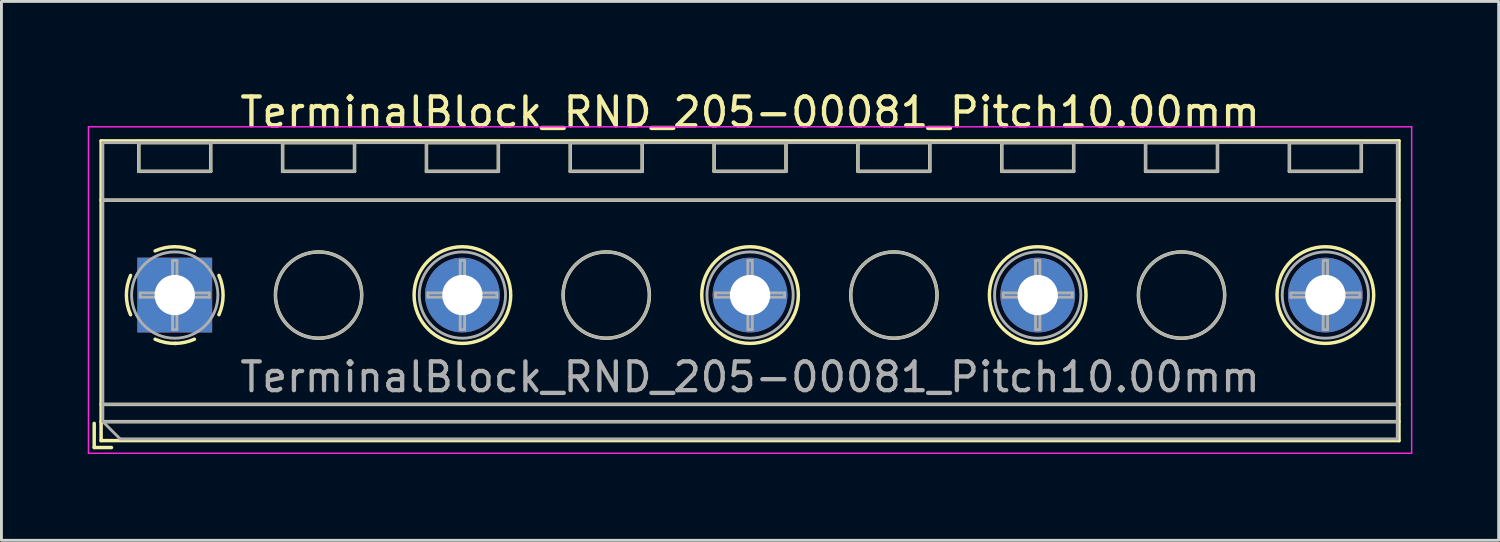
<source format=kicad_pcb>
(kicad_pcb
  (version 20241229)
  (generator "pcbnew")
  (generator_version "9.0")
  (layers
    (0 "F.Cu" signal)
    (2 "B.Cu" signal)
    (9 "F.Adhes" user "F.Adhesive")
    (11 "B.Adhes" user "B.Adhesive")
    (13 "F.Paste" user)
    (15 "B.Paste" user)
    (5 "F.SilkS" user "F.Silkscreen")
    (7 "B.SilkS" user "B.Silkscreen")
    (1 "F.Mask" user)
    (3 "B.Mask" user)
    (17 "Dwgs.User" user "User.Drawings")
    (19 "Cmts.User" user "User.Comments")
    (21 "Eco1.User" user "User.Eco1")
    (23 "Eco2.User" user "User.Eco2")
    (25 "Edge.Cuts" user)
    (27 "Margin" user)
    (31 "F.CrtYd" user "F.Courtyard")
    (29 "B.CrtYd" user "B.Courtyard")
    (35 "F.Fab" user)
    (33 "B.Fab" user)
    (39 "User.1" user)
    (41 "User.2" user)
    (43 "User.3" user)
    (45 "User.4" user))
  (footprint "TerminalBlock_RND_205-00081_Pitch10.00mm"
    (layer "F.Cu")
    (at 3.025 7.208)
    (property "Reference" "TerminalBlock_RND_205-00081_Pitch10.00mm" (at 20 -6.36 0) (layer "F.SilkS") (effects (font (size 1 1) (thickness 0.15))))
    (attr through_hole)
    (fp_line (start -2.8 4.46) (end -2.8 5.3) (stroke (width 0.12) (type solid)) (layer "F.SilkS"))
    (fp_line (start -2.8 5.3) (end -2.2 5.3) (stroke (width 0.12) (type solid)) (layer "F.SilkS"))
    (fp_line (start -2.56 -5.36) (end -2.56 5.06) (stroke (width 0.12) (type solid)) (layer "F.SilkS"))
    (fp_line (start -2.56 -3.3) (end 42.56 -3.3) (stroke (width 0.12) (type solid)) (layer "F.SilkS"))
    (fp_line (start -2.56 3.8) (end 42.56 3.8) (stroke (width 0.12) (type solid)) (layer "F.SilkS"))
    (fp_line (start -2.56 4.4) (end 42.56 4.4) (stroke (width 0.12) (type solid)) (layer "F.SilkS"))
    (fp_line (start -2.56 5.06) (end 42.56 5.06) (stroke (width 0.12) (type solid)) (layer "F.SilkS"))
    (fp_line (start -1.25 -5.301) (end -1.25 -4.301) (stroke (width 0.12) (type solid)) (layer "F.SilkS"))
    (fp_line (start -1.25 -5.301) (end 1.25 -5.301) (stroke (width 0.12) (type solid)) (layer "F.SilkS"))
    (fp_line (start -1.25 -4.301) (end 1.25 -4.301) (stroke (width 0.12) (type solid)) (layer "F.SilkS"))
    (fp_line (start 1.25 -5.301) (end 1.25 -4.301) (stroke (width 0.12) (type solid)) (layer "F.SilkS"))
    (fp_line (start 3.75 -5.301) (end 3.75 -4.301) (stroke (width 0.12) (type solid)) (layer "F.SilkS"))
    (fp_line (start 3.75 -5.301) (end 6.25 -5.301) (stroke (width 0.12) (type solid)) (layer "F.SilkS"))
    (fp_line (start 3.75 -4.301) (end 6.25 -4.301) (stroke (width 0.12) (type solid)) (layer "F.SilkS"))
    (fp_line (start 6.25 -5.301) (end 6.25 -4.301) (stroke (width 0.12) (type solid)) (layer "F.SilkS"))
    (fp_line (start 8.75 -5.301) (end 8.75 -4.301) (stroke (width 0.12) (type solid)) (layer "F.SilkS"))
    (fp_line (start 8.75 -5.301) (end 11.25 -5.301) (stroke (width 0.12) (type solid)) (layer "F.SilkS"))
    (fp_line (start 8.75 -4.301) (end 11.25 -4.301) (stroke (width 0.12) (type solid)) (layer "F.SilkS"))
    (fp_line (start 11.25 -5.301) (end 11.25 -4.301) (stroke (width 0.12) (type solid)) (layer "F.SilkS"))
    (fp_line (start 13.75 -5.301) (end 13.75 -4.301) (stroke (width 0.12) (type solid)) (layer "F.SilkS"))
    (fp_line (start 13.75 -5.301) (end 16.25 -5.301) (stroke (width 0.12) (type solid)) (layer "F.SilkS"))
    (fp_line (start 13.75 -4.301) (end 16.25 -4.301) (stroke (width 0.12) (type solid)) (layer "F.SilkS"))
    (fp_line (start 16.25 -5.301) (end 16.25 -4.301) (stroke (width 0.12) (type solid)) (layer "F.SilkS"))
    (fp_line (start 18.75 -5.301) (end 18.75 -4.301) (stroke (width 0.12) (type solid)) (layer "F.SilkS"))
    (fp_line (start 18.75 -5.301) (end 21.25 -5.301) (stroke (width 0.12) (type solid)) (layer "F.SilkS"))
    (fp_line (start 18.75 -4.301) (end 21.25 -4.301) (stroke (width 0.12) (type solid)) (layer "F.SilkS"))
    (fp_line (start 21.25 -5.301) (end 21.25 -4.301) (stroke (width 0.12) (type solid)) (layer "F.SilkS"))
    (fp_line (start 23.75 -5.301) (end 23.75 -4.301) (stroke (width 0.12) (type solid)) (layer "F.SilkS"))
    (fp_line (start 23.75 -5.301) (end 26.25 -5.301) (stroke (width 0.12) (type solid)) (layer "F.SilkS"))
    (fp_line (start 23.75 -4.301) (end 26.25 -4.301) (stroke (width 0.12) (type solid)) (layer "F.SilkS"))
    (fp_line (start 26.25 -5.301) (end 26.25 -4.301) (stroke (width 0.12) (type solid)) (layer "F.SilkS"))
    (fp_line (start 28.75 -5.301) (end 28.75 -4.301) (stroke (width 0.12) (type solid)) (layer "F.SilkS"))
    (fp_line (start 28.75 -5.301) (end 31.25 -5.301) (stroke (width 0.12) (type solid)) (layer "F.SilkS"))
    (fp_line (start 28.75 -4.301) (end 31.25 -4.301) (stroke (width 0.12) (type solid)) (layer "F.SilkS"))
    (fp_line (start 31.25 -5.301) (end 31.25 -4.301) (stroke (width 0.12) (type solid)) (layer "F.SilkS"))
    (fp_line (start 33.75 -5.301) (end 33.75 -4.301) (stroke (width 0.12) (type solid)) (layer "F.SilkS"))
    (fp_line (start 33.75 -5.301) (end 36.25 -5.301) (stroke (width 0.12) (type solid)) (layer "F.SilkS"))
    (fp_line (start 33.75 -4.301) (end 36.25 -4.301) (stroke (width 0.12) (type solid)) (layer "F.SilkS"))
    (fp_line (start 36.25 -5.301) (end 36.25 -4.301) (stroke (width 0.12) (type solid)) (layer "F.SilkS"))
    (fp_line (start 38.75 -5.301) (end 38.75 -4.301) (stroke (width 0.12) (type solid)) (layer "F.SilkS"))
    (fp_line (start 38.75 -5.301) (end 41.25 -5.301) (stroke (width 0.12) (type solid)) (layer "F.SilkS"))
    (fp_line (start 38.75 -4.301) (end 41.25 -4.301) (stroke (width 0.12) (type solid)) (layer "F.SilkS"))
    (fp_line (start 41.25 -5.301) (end 41.25 -4.301) (stroke (width 0.12) (type solid)) (layer "F.SilkS"))
    (fp_line (start 42.56 -5.36) (end -2.56 -5.36) (stroke (width 0.12) (type solid)) (layer "F.SilkS"))
    (fp_line (start 42.56 5.06) (end 42.56 -5.36) (stroke (width 0.12) (type solid)) (layer "F.SilkS"))
    (fp_arc (start -1.535427 0.683042) (mid -1.680501 -0.000524) (end -1.535 -0.684) (stroke (width 0.12) (type solid)) (layer "F.SilkS"))
    (fp_arc (start -0.683042 -1.535427) (mid 0.000524 -1.680501) (end 0.684 -1.535) (stroke (width 0.12) (type solid)) (layer "F.SilkS"))
    (fp_arc (start 0.028805 1.680253) (mid -0.335551 1.646659) (end -0.684 1.535) (stroke (width 0.12) (type solid)) (layer "F.SilkS"))
    (fp_arc (start 0.683318 1.534756) (mid 0.349292 1.643288) (end 0 1.68) (stroke (width 0.12) (type solid)) (layer "F.SilkS"))
    (fp_arc (start 1.535427 -0.683042) (mid 1.680501 0.000524) (end 1.535 0.684) (stroke (width 0.12) (type solid)) (layer "F.SilkS"))
    (fp_circle (center 5 0) (end 6.5 0) (stroke (width 0.12) (type solid)) (fill no) (layer "F.SilkS"))
    (fp_circle (center 10 0) (end 11.68 0) (stroke (width 0.12) (type solid)) (fill no) (layer "F.SilkS"))
    (fp_circle (center 15 0) (end 16.5 0) (stroke (width 0.12) (type solid)) (fill no) (layer "F.SilkS"))
    (fp_circle (center 20 0) (end 21.68 0) (stroke (width 0.12) (type solid)) (fill no) (layer "F.SilkS"))
    (fp_circle (center 25 0) (end 26.5 0) (stroke (width 0.12) (type solid)) (fill no) (layer "F.SilkS"))
    (fp_circle (center 30 0) (end 31.68 0) (stroke (width 0.12) (type solid)) (fill no) (layer "F.SilkS"))
    (fp_circle (center 35 0) (end 36.5 0) (stroke (width 0.12) (type solid)) (fill no) (layer "F.SilkS"))
    (fp_circle (center 40 0) (end 41.68 0) (stroke (width 0.12) (type solid)) (fill no) (layer "F.SilkS"))
    (fp_line (start -3 -5.85) (end -3 5.5) (stroke (width 0.05) (type solid)) (layer "F.CrtYd"))
    (fp_line (start -3 5.5) (end 43 5.5) (stroke (width 0.05) (type solid)) (layer "F.CrtYd"))
    (fp_line (start 43 -5.85) (end -3 -5.85) (stroke (width 0.05) (type solid)) (layer "F.CrtYd"))
    (fp_line (start 43 5.5) (end 43 -5.85) (stroke (width 0.05) (type solid)) (layer "F.CrtYd"))
    (fp_line (start -2.5 -5.3) (end 42.5 -5.3) (stroke (width 0.1) (type solid)) (layer "F.Fab"))
    (fp_line (start -2.5 -3.3) (end 42.5 -3.3) (stroke (width 0.1) (type solid)) (layer "F.Fab"))
    (fp_line (start -2.5 3.8) (end 42.5 3.8) (stroke (width 0.1) (type solid)) (layer "F.Fab"))
    (fp_line (start -2.5 4.4) (end -2.5 -5.3) (stroke (width 0.1) (type solid)) (layer "F.Fab"))
    (fp_line (start -2.5 4.4) (end 42.5 4.4) (stroke (width 0.1) (type solid)) (layer "F.Fab"))
    (fp_line (start -1.9 5) (end -2.5 4.4) (stroke (width 0.1) (type solid)) (layer "F.Fab"))
    (fp_line (start -1.25 -5.3) (end -1.25 -4.3) (stroke (width 0.1) (type solid)) (layer "F.Fab"))
    (fp_line (start -1.25 -4.3) (end 1.25 -4.3) (stroke (width 0.1) (type solid)) (layer "F.Fab"))
    (fp_line (start -1.201 -0.076) (end -0.076 -0.076) (stroke (width 0.1) (type solid)) (layer "F.Fab"))
    (fp_line (start -1.201 0.076) (end -1.201 -0.076) (stroke (width 0.1) (type solid)) (layer "F.Fab"))
    (fp_line (start -0.076 -1.201) (end 0.076 -1.201) (stroke (width 0.1) (type solid)) (layer "F.Fab"))
    (fp_line (start -0.076 -0.076) (end -0.076 -1.201) (stroke (width 0.1) (type solid)) (layer "F.Fab"))
    (fp_line (start -0.076 0.076) (end -1.201 0.076) (stroke (width 0.1) (type solid)) (layer "F.Fab"))
    (fp_line (start -0.076 1.201) (end -0.076 0.076) (stroke (width 0.1) (type solid)) (layer "F.Fab"))
    (fp_line (start 0.076 -1.201) (end 0.076 -0.076) (stroke (width 0.1) (type solid)) (layer "F.Fab"))
    (fp_line (start 0.076 -0.076) (end 1.201 -0.076) (stroke (width 0.1) (type solid)) (layer "F.Fab"))
    (fp_line (start 0.076 0.076) (end 0.076 1.201) (stroke (width 0.1) (type solid)) (layer "F.Fab"))
    (fp_line (start 0.076 1.201) (end -0.076 1.201) (stroke (width 0.1) (type solid)) (layer "F.Fab"))
    (fp_line (start 1.201 -0.076) (end 1.201 0.076) (stroke (width 0.1) (type solid)) (layer "F.Fab"))
    (fp_line (start 1.201 0.076) (end 0.076 0.076) (stroke (width 0.1) (type solid)) (layer "F.Fab"))
    (fp_line (start 1.25 -5.3) (end -1.25 -5.3) (stroke (width 0.1) (type solid)) (layer "F.Fab"))
    (fp_line (start 1.25 -4.3) (end 1.25 -5.3) (stroke (width 0.1) (type solid)) (layer "F.Fab"))
    (fp_line (start 3.75 -5.3) (end 3.75 -4.3) (stroke (width 0.1) (type solid)) (layer "F.Fab"))
    (fp_line (start 3.75 -4.3) (end 6.25 -4.3) (stroke (width 0.1) (type solid)) (layer "F.Fab"))
    (fp_line (start 6.25 -5.3) (end 3.75 -5.3) (stroke (width 0.1) (type solid)) (layer "F.Fab"))
    (fp_line (start 6.25 -4.3) (end 6.25 -5.3) (stroke (width 0.1) (type solid)) (layer "F.Fab"))
    (fp_line (start 8.75 -5.3) (end 8.75 -4.3) (stroke (width 0.1) (type solid)) (layer "F.Fab"))
    (fp_line (start 8.75 -4.3) (end 11.25 -4.3) (stroke (width 0.1) (type solid)) (layer "F.Fab"))
    (fp_line (start 8.799 -0.076) (end 9.924 -0.076) (stroke (width 0.1) (type solid)) (layer "F.Fab"))
    (fp_line (start 8.799 0.076) (end 8.799 -0.076) (stroke (width 0.1) (type solid)) (layer "F.Fab"))
    (fp_line (start 9.924 -1.201) (end 10.076 -1.201) (stroke (width 0.1) (type solid)) (layer "F.Fab"))
    (fp_line (start 9.924 -0.076) (end 9.924 -1.201) (stroke (width 0.1) (type solid)) (layer "F.Fab"))
    (fp_line (start 9.924 0.076) (end 8.799 0.076) (stroke (width 0.1) (type solid)) (layer "F.Fab"))
    (fp_line (start 9.924 1.201) (end 9.924 0.076) (stroke (width 0.1) (type solid)) (layer "F.Fab"))
    (fp_line (start 10.076 -1.201) (end 10.076 -0.076) (stroke (width 0.1) (type solid)) (layer "F.Fab"))
    (fp_line (start 10.076 -0.076) (end 11.201 -0.076) (stroke (width 0.1) (type solid)) (layer "F.Fab"))
    (fp_line (start 10.076 0.076) (end 10.076 1.201) (stroke (width 0.1) (type solid)) (layer "F.Fab"))
    (fp_line (start 10.076 1.201) (end 9.924 1.201) (stroke (width 0.1) (type solid)) (layer "F.Fab"))
    (fp_line (start 11.201 -0.076) (end 11.201 0.076) (stroke (width 0.1) (type solid)) (layer "F.Fab"))
    (fp_line (start 11.201 0.076) (end 10.076 0.076) (stroke (width 0.1) (type solid)) (layer "F.Fab"))
    (fp_line (start 11.25 -5.3) (end 8.75 -5.3) (stroke (width 0.1) (type solid)) (layer "F.Fab"))
    (fp_line (start 11.25 -4.3) (end 11.25 -5.3) (stroke (width 0.1) (type solid)) (layer "F.Fab"))
    (fp_line (start 13.75 -5.3) (end 13.75 -4.3) (stroke (width 0.1) (type solid)) (layer "F.Fab"))
    (fp_line (start 13.75 -4.3) (end 16.25 -4.3) (stroke (width 0.1) (type solid)) (layer "F.Fab"))
    (fp_line (start 16.25 -5.3) (end 13.75 -5.3) (stroke (width 0.1) (type solid)) (layer "F.Fab"))
    (fp_line (start 16.25 -4.3) (end 16.25 -5.3) (stroke (width 0.1) (type solid)) (layer "F.Fab"))
    (fp_line (start 18.75 -5.3) (end 18.75 -4.3) (stroke (width 0.1) (type solid)) (layer "F.Fab"))
    (fp_line (start 18.75 -4.3) (end 21.25 -4.3) (stroke (width 0.1) (type solid)) (layer "F.Fab"))
    (fp_line (start 18.799 -0.076) (end 19.924 -0.076) (stroke (width 0.1) (type solid)) (layer "F.Fab"))
    (fp_line (start 18.799 0.076) (end 18.799 -0.076) (stroke (width 0.1) (type solid)) (layer "F.Fab"))
    (fp_line (start 19.924 -1.201) (end 20.076 -1.201) (stroke (width 0.1) (type solid)) (layer "F.Fab"))
    (fp_line (start 19.924 -0.076) (end 19.924 -1.201) (stroke (width 0.1) (type solid)) (layer "F.Fab"))
    (fp_line (start 19.924 0.076) (end 18.799 0.076) (stroke (width 0.1) (type solid)) (layer "F.Fab"))
    (fp_line (start 19.924 1.201) (end 19.924 0.076) (stroke (width 0.1) (type solid)) (layer "F.Fab"))
    (fp_line (start 20.076 -1.201) (end 20.076 -0.076) (stroke (width 0.1) (type solid)) (layer "F.Fab"))
    (fp_line (start 20.076 -0.076) (end 21.201 -0.076) (stroke (width 0.1) (type solid)) (layer "F.Fab"))
    (fp_line (start 20.076 0.076) (end 20.076 1.201) (stroke (width 0.1) (type solid)) (layer "F.Fab"))
    (fp_line (start 20.076 1.201) (end 19.924 1.201) (stroke (width 0.1) (type solid)) (layer "F.Fab"))
    (fp_line (start 21.201 -0.076) (end 21.201 0.076) (stroke (width 0.1) (type solid)) (layer "F.Fab"))
    (fp_line (start 21.201 0.076) (end 20.076 0.076) (stroke (width 0.1) (type solid)) (layer "F.Fab"))
    (fp_line (start 21.25 -5.3) (end 18.75 -5.3) (stroke (width 0.1) (type solid)) (layer "F.Fab"))
    (fp_line (start 21.25 -4.3) (end 21.25 -5.3) (stroke (width 0.1) (type solid)) (layer "F.Fab"))
    (fp_line (start 23.75 -5.3) (end 23.75 -4.3) (stroke (width 0.1) (type solid)) (layer "F.Fab"))
    (fp_line (start 23.75 -4.3) (end 26.25 -4.3) (stroke (width 0.1) (type solid)) (layer "F.Fab"))
    (fp_line (start 26.25 -5.3) (end 23.75 -5.3) (stroke (width 0.1) (type solid)) (layer "F.Fab"))
    (fp_line (start 26.25 -4.3) (end 26.25 -5.3) (stroke (width 0.1) (type solid)) (layer "F.Fab"))
    (fp_line (start 28.75 -5.3) (end 28.75 -4.3) (stroke (width 0.1) (type solid)) (layer "F.Fab"))
    (fp_line (start 28.75 -4.3) (end 31.25 -4.3) (stroke (width 0.1) (type solid)) (layer "F.Fab"))
    (fp_line (start 28.799 -0.076) (end 29.924 -0.076) (stroke (width 0.1) (type solid)) (layer "F.Fab"))
    (fp_line (start 28.799 0.076) (end 28.799 -0.076) (stroke (width 0.1) (type solid)) (layer "F.Fab"))
    (fp_line (start 29.924 -1.201) (end 30.076 -1.201) (stroke (width 0.1) (type solid)) (layer "F.Fab"))
    (fp_line (start 29.924 -0.076) (end 29.924 -1.201) (stroke (width 0.1) (type solid)) (layer "F.Fab"))
    (fp_line (start 29.924 0.076) (end 28.799 0.076) (stroke (width 0.1) (type solid)) (layer "F.Fab"))
    (fp_line (start 29.924 1.201) (end 29.924 0.076) (stroke (width 0.1) (type solid)) (layer "F.Fab"))
    (fp_line (start 30.076 -1.201) (end 30.076 -0.076) (stroke (width 0.1) (type solid)) (layer "F.Fab"))
    (fp_line (start 30.076 -0.076) (end 31.201 -0.076) (stroke (width 0.1) (type solid)) (layer "F.Fab"))
    (fp_line (start 30.076 0.076) (end 30.076 1.201) (stroke (width 0.1) (type solid)) (layer "F.Fab"))
    (fp_line (start 30.076 1.201) (end 29.924 1.201) (stroke (width 0.1) (type solid)) (layer "F.Fab"))
    (fp_line (start 31.201 -0.076) (end 31.201 0.076) (stroke (width 0.1) (type solid)) (layer "F.Fab"))
    (fp_line (start 31.201 0.076) (end 30.076 0.076) (stroke (width 0.1) (type solid)) (layer "F.Fab"))
    (fp_line (start 31.25 -5.3) (end 28.75 -5.3) (stroke (width 0.1) (type solid)) (layer "F.Fab"))
    (fp_line (start 31.25 -4.3) (end 31.25 -5.3) (stroke (width 0.1) (type solid)) (layer "F.Fab"))
    (fp_line (start 33.75 -5.3) (end 33.75 -4.3) (stroke (width 0.1) (type solid)) (layer "F.Fab"))
    (fp_line (start 33.75 -4.3) (end 36.25 -4.3) (stroke (width 0.1) (type solid)) (layer "F.Fab"))
    (fp_line (start 36.25 -5.3) (end 33.75 -5.3) (stroke (width 0.1) (type solid)) (layer "F.Fab"))
    (fp_line (start 36.25 -4.3) (end 36.25 -5.3) (stroke (width 0.1) (type solid)) (layer "F.Fab"))
    (fp_line (start 38.75 -5.3) (end 38.75 -4.3) (stroke (width 0.1) (type solid)) (layer "F.Fab"))
    (fp_line (start 38.75 -4.3) (end 41.25 -4.3) (stroke (width 0.1) (type solid)) (layer "F.Fab"))
    (fp_line (start 38.799 -0.076) (end 39.924 -0.076) (stroke (width 0.1) (type solid)) (layer "F.Fab"))
    (fp_line (start 38.799 0.076) (end 38.799 -0.076) (stroke (width 0.1) (type solid)) (layer "F.Fab"))
    (fp_line (start 39.924 -1.201) (end 40.076 -1.201) (stroke (width 0.1) (type solid)) (layer "F.Fab"))
    (fp_line (start 39.924 -0.076) (end 39.924 -1.201) (stroke (width 0.1) (type solid)) (layer "F.Fab"))
    (fp_line (start 39.924 0.076) (end 38.799 0.076) (stroke (width 0.1) (type solid)) (layer "F.Fab"))
    (fp_line (start 39.924 1.201) (end 39.924 0.076) (stroke (width 0.1) (type solid)) (layer "F.Fab"))
    (fp_line (start 40.076 -1.201) (end 40.076 -0.076) (stroke (width 0.1) (type solid)) (layer "F.Fab"))
    (fp_line (start 40.076 -0.076) (end 41.201 -0.076) (stroke (width 0.1) (type solid)) (layer "F.Fab"))
    (fp_line (start 40.076 0.076) (end 40.076 1.201) (stroke (width 0.1) (type solid)) (layer "F.Fab"))
    (fp_line (start 40.076 1.201) (end 39.924 1.201) (stroke (width 0.1) (type solid)) (layer "F.Fab"))
    (fp_line (start 41.201 -0.076) (end 41.201 0.076) (stroke (width 0.1) (type solid)) (layer "F.Fab"))
    (fp_line (start 41.201 0.076) (end 40.076 0.076) (stroke (width 0.1) (type solid)) (layer "F.Fab"))
    (fp_line (start 41.25 -5.3) (end 38.75 -5.3) (stroke (width 0.1) (type solid)) (layer "F.Fab"))
    (fp_line (start 41.25 -4.3) (end 41.25 -5.3) (stroke (width 0.1) (type solid)) (layer "F.Fab"))
    (fp_line (start 42.5 -5.3) (end 42.5 5) (stroke (width 0.1) (type solid)) (layer "F.Fab"))
    (fp_line (start 42.5 5) (end -1.9 5) (stroke (width 0.1) (type solid)) (layer "F.Fab"))
    (fp_circle (center 0 0) (end 1.5 0) (stroke (width 0.1) (type solid)) (fill no) (layer "F.Fab"))
    (fp_circle (center 5 0) (end 6.5 0) (stroke (width 0.1) (type solid)) (fill no) (layer "F.Fab"))
    (fp_circle (center 10 0) (end 11.5 0) (stroke (width 0.1) (type solid)) (fill no) (layer "F.Fab"))
    (fp_circle (center 15 0) (end 16.5 0) (stroke (width 0.1) (type solid)) (fill no) (layer "F.Fab"))
    (fp_circle (center 20 0) (end 21.5 0) (stroke (width 0.1) (type solid)) (fill no) (layer "F.Fab"))
    (fp_circle (center 25 0) (end 26.5 0) (stroke (width 0.1) (type solid)) (fill no) (layer "F.Fab"))
    (fp_circle (center 30 0) (end 31.5 0) (stroke (width 0.1) (type solid)) (fill no) (layer "F.Fab"))
    (fp_circle (center 35 0) (end 36.5 0) (stroke (width 0.1) (type solid)) (fill no) (layer "F.Fab"))
    (fp_circle (center 40 0) (end 41.5 0) (stroke (width 0.1) (type solid)) (fill no) (layer "F.Fab"))
    (fp_text user "${REFERENCE}" (at 20 2.85 0) (layer "F.Fab") (effects (font (size 1 1) (thickness 0.15))))
    (pad "1" thru_hole rect (at 0 0) (size 2.6 2.6) (drill 1.4) (layers "*.Cu" "*.Mask"))
    (pad "2" thru_hole oval (at 10 0) (size 2.6 2.6) (drill 1.4) (layers "*.Cu" "*.Mask"))
    (pad "3" thru_hole oval (at 20 0) (size 2.6 2.6) (drill 1.4) (layers "*.Cu" "*.Mask"))
    (pad "4" thru_hole oval (at 30 0) (size 2.6 2.6) (drill 1.4) (layers "*.Cu" "*.Mask"))
    (pad "5" thru_hole oval (at 40 0) (size 2.6 2.6) (drill 1.4) (layers "*.Cu" "*.Mask")))
  (gr_rect
    (start -3 -3)
    (end 49.05 15.733)
    (stroke (width 0.1) (type default))
    (fill no)
    (layer "Edge.Cuts")))
</source>
